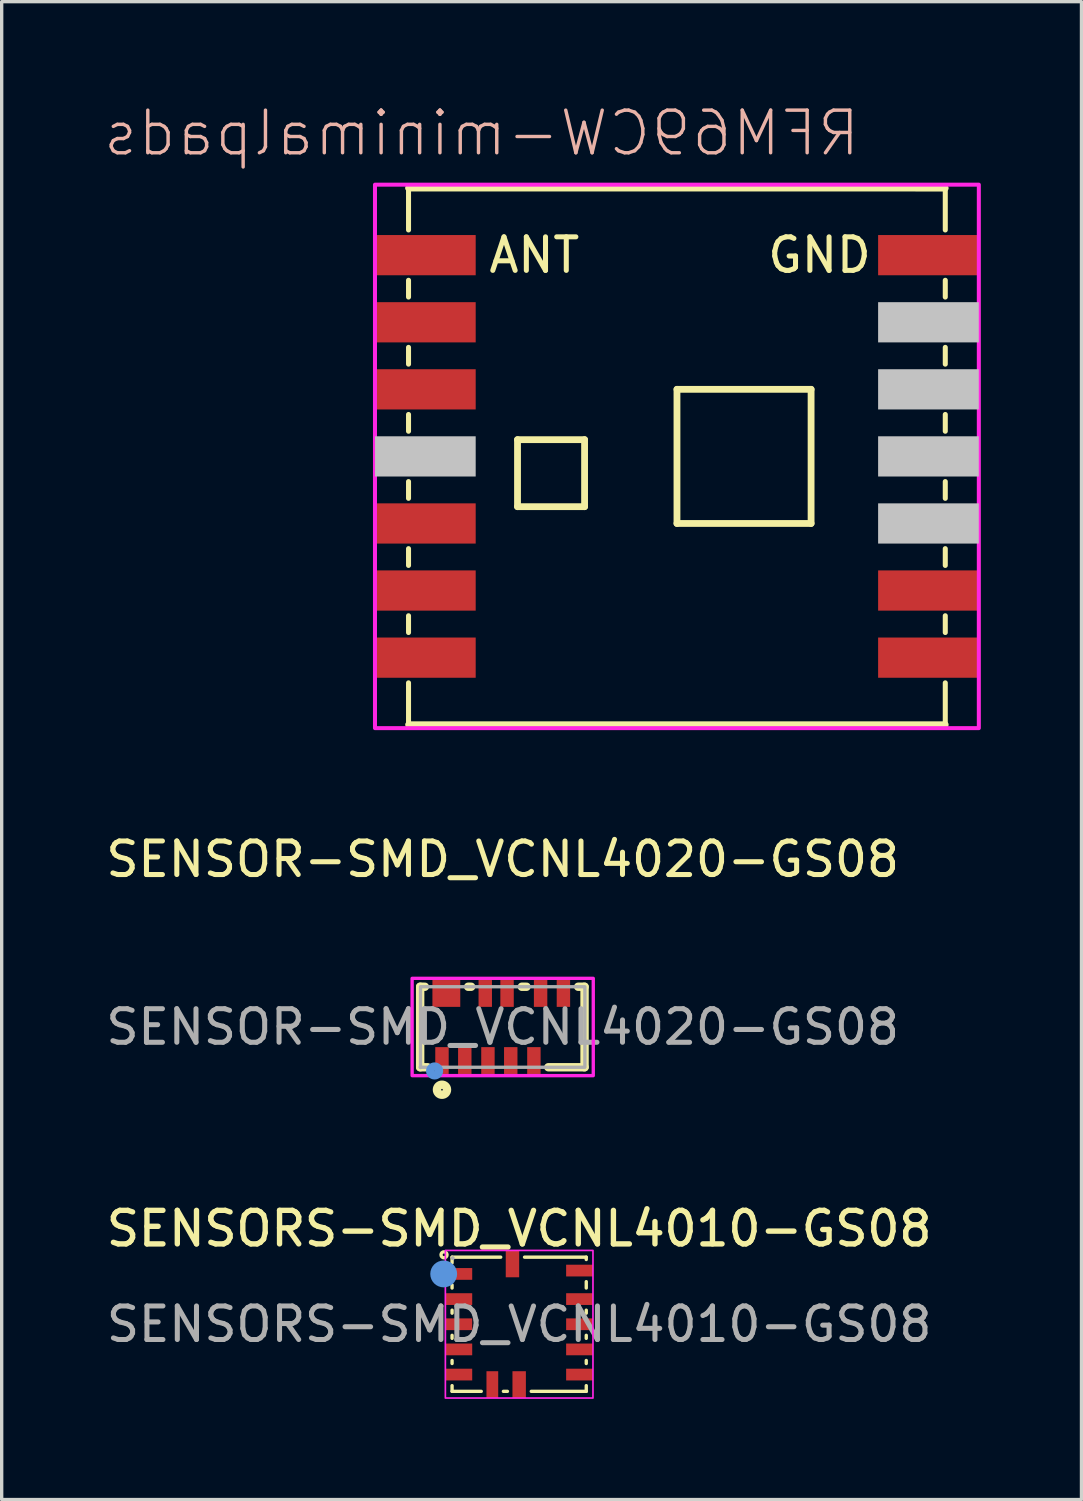
<source format=kicad_pcb>
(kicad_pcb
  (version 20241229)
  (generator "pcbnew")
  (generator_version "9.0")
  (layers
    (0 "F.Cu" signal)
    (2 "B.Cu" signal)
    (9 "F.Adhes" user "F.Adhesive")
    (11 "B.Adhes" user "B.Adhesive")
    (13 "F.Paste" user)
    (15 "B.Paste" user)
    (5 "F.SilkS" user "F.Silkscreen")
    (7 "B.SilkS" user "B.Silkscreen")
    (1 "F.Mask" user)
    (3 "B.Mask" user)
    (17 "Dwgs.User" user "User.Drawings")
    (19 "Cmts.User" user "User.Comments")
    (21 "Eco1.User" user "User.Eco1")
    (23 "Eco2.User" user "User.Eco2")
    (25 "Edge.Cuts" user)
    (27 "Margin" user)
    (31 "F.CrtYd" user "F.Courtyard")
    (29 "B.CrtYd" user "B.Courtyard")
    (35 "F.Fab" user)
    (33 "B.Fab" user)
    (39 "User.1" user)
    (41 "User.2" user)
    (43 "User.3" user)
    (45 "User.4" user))
  (footprint "SENSOR-SMD_VCNL4020-GS08"
    (layer "F.Cu")
    (at 11.935 27.564)
    (property "Reference" "SENSOR-SMD_VCNL4020-GS08" (at 0 -5 0) (layer "F.SilkS") (effects (font (size 1 1) (thickness 0.15))))
    (attr smd)
    (fp_line (start -2.46 -1.2) (end -2.46 1.2) (stroke (width 0.25) (type solid)) (layer "F.SilkS"))
    (fp_line (start -2.46 -1.2) (end -2.32 -1.2) (stroke (width 0.25) (type solid)) (layer "F.SilkS"))
    (fp_line (start -2.46 1.2) (end -2.24 1.2) (stroke (width 0.25) (type solid)) (layer "F.SilkS"))
    (fp_line (start -1.03 -1.2) (end -0.94 -1.2) (stroke (width 0.25) (type solid)) (layer "F.SilkS"))
    (fp_line (start 0.57 -1.2) (end 0.71 -1.2) (stroke (width 0.25) (type solid)) (layer "F.SilkS"))
    (fp_line (start 1.36 1.2) (end 2.44 1.2) (stroke (width 0.25) (type solid)) (layer "F.SilkS"))
    (fp_line (start 2.25 -1.2) (end 2.44 -1.2) (stroke (width 0.25) (type solid)) (layer "F.SilkS"))
    (fp_line (start 2.44 -1.2) (end 2.44 1.2) (stroke (width 0.25) (type solid)) (layer "F.SilkS"))
    (fp_circle (center -1.81 1.87) (end -1.66 1.87) (stroke (width 0.25) (type solid)) (fill no) (layer "F.SilkS"))
    (fp_circle (center -2.03 1.31) (end -1.9 1.31) (stroke (width 0.25) (type solid)) (fill no) (layer "Cmts.User"))
    (fp_rect (start -2.7 -1.45) (end 2.7 1.45) (stroke (width 0.1) (type default)) (fill no) (layer "F.CrtYd"))
    (fp_rect (start -2.45 -1.2) (end 2.45 1.2) (stroke (width 0.1) (type default)) (fill no) (layer "F.Fab"))
    (fp_circle (center -2.45 1.2) (end -2.42 1.2) (stroke (width 0.06) (type solid)) (fill no) (layer "F.Fab"))
    (fp_text user "${REFERENCE}" (at 0 0 0) (layer "F.Fab") (effects (font (size 1 1) (thickness 0.15))))
    (pad "1" smd rect (at -1.81 1) (size 0.4 0.8) (layers "F.Cu" "F.Mask" "F.Paste"))
    (pad "2" smd rect (at -1.13 1) (size 0.4 0.8) (layers "F.Cu" "F.Mask" "F.Paste"))
    (pad "3" smd rect (at -0.44 1) (size 0.4 0.8) (layers "F.Cu" "F.Mask" "F.Paste"))
    (pad "4" smd rect (at 0.24 1) (size 0.4 0.8) (layers "F.Cu" "F.Mask" "F.Paste"))
    (pad "5" smd rect (at 0.93 1) (size 0.4 0.8) (layers "F.Cu" "F.Mask" "F.Paste"))
    (pad "6" smd rect (at 1.81 -1) (size 0.4 0.8) (layers "F.Cu" "F.Mask" "F.Paste"))
    (pad "7" smd rect (at 1.13 -1) (size 0.4 0.8) (layers "F.Cu" "F.Mask" "F.Paste"))
    (pad "8" smd rect (at 0.13 -1) (size 0.4 0.8) (layers "F.Cu" "F.Mask" "F.Paste"))
    (pad "9" smd rect (at -0.52 -1) (size 0.4 0.8) (layers "F.Cu" "F.Mask" "F.Paste"))
    (pad "10" smd rect (at -1.68 -1) (size 0.83 0.8) (layers "F.Cu" "F.Mask" "F.Paste")))
  (footprint "RFM69CW-minimalpads"
    (placed yes)
    (layer "F.Cu")
    (at 17.128 10.555)
    (property "Reference" "RFM69CW-minimalpads" (at -5.824 -9.634 0) (layer "B.SilkS") (effects (font (size 1.27 1.27) (thickness 0.102)) (justify mirror)))
    (attr smd)
    (fp_line (start -8 -8) (end 7.998 -7.998) (stroke (width 0.203) (type solid)) (layer "F.SilkS"))
    (fp_line (start -8 -6.75) (end -8 -8) (stroke (width 0.15) (type solid)) (layer "F.SilkS"))
    (fp_line (start -8 -4.75) (end -8 -5.25) (stroke (width 0.15) (type solid)) (layer "F.SilkS"))
    (fp_line (start -8 -2.75) (end -8 -3.25) (stroke (width 0.15) (type solid)) (layer "F.SilkS"))
    (fp_line (start -8 -0.75) (end -8 -1.25) (stroke (width 0.15) (type solid)) (layer "F.SilkS"))
    (fp_line (start -8 1.25) (end -8 0.75) (stroke (width 0.15) (type solid)) (layer "F.SilkS"))
    (fp_line (start -8 3.25) (end -8 2.75) (stroke (width 0.15) (type solid)) (layer "F.SilkS"))
    (fp_line (start -8 5.25) (end -8 4.75) (stroke (width 0.15) (type solid)) (layer "F.SilkS"))
    (fp_line (start -8 8) (end -8 6.75) (stroke (width 0.15) (type solid)) (layer "F.SilkS"))
    (fp_line (start -4.751 1.498) (end -4.751 -0.499) (stroke (width 0.203) (type solid)) (layer "F.SilkS"))
    (fp_line (start -2.752 -0.499) (end -4.751 -0.499) (stroke (width 0.203) (type solid)) (layer "F.SilkS"))
    (fp_line (start -2.752 1.498) (end -4.751 1.498) (stroke (width 0.203) (type solid)) (layer "F.SilkS"))
    (fp_line (start -2.752 1.498) (end -2.752 -0.499) (stroke (width 0.203) (type solid)) (layer "F.SilkS"))
    (fp_line (start 0.002 -1.999) (end 0.002 1.999) (stroke (width 0.203) (type solid)) (layer "F.SilkS"))
    (fp_line (start 0.002 1.999) (end 4 1.999) (stroke (width 0.203) (type solid)) (layer "F.SilkS"))
    (fp_line (start 4 -1.999) (end 0.002 -1.999) (stroke (width 0.203) (type solid)) (layer "F.SilkS"))
    (fp_line (start 4 1.999) (end 4 -1.999) (stroke (width 0.203) (type solid)) (layer "F.SilkS"))
    (fp_line (start 7.998 7.998) (end -7.998 7.998) (stroke (width 0.203) (type solid)) (layer "F.SilkS"))
    (fp_line (start 8 -8) (end 8 -6.75) (stroke (width 0.15) (type solid)) (layer "F.SilkS"))
    (fp_line (start 8 -5.25) (end 8 -4.75) (stroke (width 0.15) (type solid)) (layer "F.SilkS"))
    (fp_line (start 8 -3.25) (end 8 -2.75) (stroke (width 0.15) (type solid)) (layer "F.SilkS"))
    (fp_line (start 8 -1.25) (end 8 -0.75) (stroke (width 0.15) (type solid)) (layer "F.SilkS"))
    (fp_line (start 8 0.75) (end 8 1.25) (stroke (width 0.15) (type solid)) (layer "F.SilkS"))
    (fp_line (start 8 2.75) (end 8 3.25) (stroke (width 0.15) (type solid)) (layer "F.SilkS"))
    (fp_line (start 8 4.75) (end 8 5.25) (stroke (width 0.15) (type solid)) (layer "F.SilkS"))
    (fp_line (start 8 6.75) (end 8 8) (stroke (width 0.15) (type solid)) (layer "F.SilkS"))
    (fp_rect (start -9 -8.1) (end 9 8.1) (stroke (width 0.12) (type default)) (fill no) (layer "F.CrtYd"))
    (fp_text user "ANT" (at -4.25 -6 0) (layer "F.SilkS") (effects (font (size 1 1) (thickness 0.15))))
    (fp_text user "GND" (at 4.25 -6 0) (layer "F.SilkS") (effects (font (size 1 1) (thickness 0.15))))
    (pad "" smd rect (at -7.498 0) (size 3 1.199) (layers "Dwgs.User"))
    (pad "" smd rect (at 7.498 -3.998) (size 3 1.199) (layers "Dwgs.User"))
    (pad "" smd rect (at 7.498 -1.999) (size 3 1.199) (layers "Dwgs.User"))
    (pad "" smd rect (at 7.498 0) (size 3 1.199) (layers "Dwgs.User"))
    (pad "" smd rect (at 7.498 1.999) (size 3 1.199) (layers "Dwgs.User"))
    (pad "1" smd rect (at -7.498 -5.999) (size 3 1.199) (layers "F.Cu" "F.Mask" "F.Paste"))
    (pad "2" smd rect (at -7.498 -3.998) (size 3 1.199) (layers "F.Cu" "F.Mask" "F.Paste"))
    (pad "3" smd rect (at -7.498 -1.999) (size 3 1.199) (layers "F.Cu" "F.Mask" "F.Paste"))
    (pad "5" smd rect (at -7.498 1.999) (size 3 1.199) (layers "F.Cu" "F.Mask" "F.Paste"))
    (pad "6" smd rect (at -7.498 3.998) (size 3 1.199) (layers "F.Cu" "F.Mask" "F.Paste"))
    (pad "7" smd rect (at -7.498 5.999) (size 3 1.199) (layers "F.Cu" "F.Mask" "F.Paste"))
    (pad "8" smd rect (at 7.498 5.999) (size 3 1.199) (layers "F.Cu" "F.Mask" "F.Paste"))
    (pad "9" smd rect (at 7.498 3.998) (size 3 1.199) (layers "F.Cu" "F.Mask" "F.Paste"))
    (pad "14" smd rect (at 7.498 -5.999) (size 3 1.199) (layers "F.Cu" "F.Mask" "F.Paste")))
  (footprint "SENSORS-SMD_VCNL4010-GS08"
    (layer "F.Cu")
    (at 12.426 36.425)
    (property "Reference" "SENSORS-SMD_VCNL4010-GS08" (at 0 -2.85 0) (layer "F.SilkS") (effects (font (size 1 1) (thickness 0.16))))
    (attr smd)
    (fp_line (start -2 -2) (end -0.55 -2) (stroke (width 0.1) (type solid)) (layer "F.SilkS"))
    (fp_line (start -2 -1.83) (end -2 -2) (stroke (width 0.1) (type solid)) (layer "F.SilkS"))
    (fp_line (start -2 -1.08) (end -2 -1.17) (stroke (width 0.1) (type solid)) (layer "F.SilkS"))
    (fp_line (start -2 -0.33) (end -2 -0.42) (stroke (width 0.1) (type solid)) (layer "F.SilkS"))
    (fp_line (start -2 0.42) (end -2 0.33) (stroke (width 0.1) (type solid)) (layer "F.SilkS"))
    (fp_line (start -2 1.17) (end -2 1.08) (stroke (width 0.1) (type solid)) (layer "F.SilkS"))
    (fp_line (start -2 2) (end -2 1.83) (stroke (width 0.1) (type solid)) (layer "F.SilkS"))
    (fp_line (start -1.13 2) (end -2 2) (stroke (width 0.1) (type solid)) (layer "F.SilkS"))
    (fp_line (start -0.35 2) (end -0.47 2) (stroke (width 0.1) (type solid)) (layer "F.SilkS"))
    (fp_line (start 0.16 -2) (end 2 -2) (stroke (width 0.1) (type solid)) (layer "F.SilkS"))
    (fp_line (start 2 -2) (end 2 -1.93) (stroke (width 0.1) (type solid)) (layer "F.SilkS"))
    (fp_line (start 2 -1.27) (end 2 -1.08) (stroke (width 0.1) (type solid)) (layer "F.SilkS"))
    (fp_line (start 2 -0.42) (end 2 -0.33) (stroke (width 0.1) (type solid)) (layer "F.SilkS"))
    (fp_line (start 2 0.33) (end 2 0.42) (stroke (width 0.1) (type solid)) (layer "F.SilkS"))
    (fp_line (start 2 1.08) (end 2 1.17) (stroke (width 0.1) (type solid)) (layer "F.SilkS"))
    (fp_line (start 2 1.83) (end 2 2) (stroke (width 0.1) (type solid)) (layer "F.SilkS"))
    (fp_line (start 2 2) (end 0.36 2) (stroke (width 0.1) (type solid)) (layer "F.SilkS"))
    (fp_circle (center -2.24 -2.07) (end -2.15 -2.07) (stroke (width 0.1) (type solid)) (fill no) (layer "F.SilkS"))
    (fp_circle (center -2.25 -1.5) (end -2.05 -1.5) (stroke (width 0.4) (type solid)) (fill no) (layer "Cmts.User"))
    (fp_rect (start -2.2 -2.2) (end 2.2 2.2) (stroke (width 0.05) (type default)) (fill no) (layer "F.CrtYd"))
    (fp_circle (center -1.98 -1.97) (end -1.95 -1.97) (stroke (width 0.06) (type solid)) (fill no) (layer "F.Fab"))
    (fp_text user "${REFERENCE}" (at 0 0 0) (layer "F.Fab") (effects (font (size 1 1) (thickness 0.15))))
    (pad "1" smd rect (at -1.8 -1.5 180) (size 0.8 0.35) (layers "F.Cu" "F.Mask" "F.Paste"))
    (pad "2" smd rect (at -1.8 -0.75 180) (size 0.8 0.35) (layers "F.Cu" "F.Mask" "F.Paste"))
    (pad "3" smd rect (at -1.8 0 180) (size 0.8 0.35) (layers "F.Cu" "F.Mask" "F.Paste"))
    (pad "4" smd rect (at -1.8 0.75) (size 0.8 0.35) (layers "F.Cu" "F.Mask" "F.Paste"))
    (pad "5" smd rect (at -1.8 1.5) (size 0.8 0.35) (layers "F.Cu" "F.Mask" "F.Paste"))
    (pad "6" smd rect (at -0.8 1.8 90) (size 0.8 0.35) (layers "F.Cu" "F.Mask" "F.Paste"))
    (pad "7" smd rect (at 1.8 1.5 180) (size 0.8 0.35) (layers "F.Cu" "F.Mask" "F.Paste"))
    (pad "8" smd rect (at 1.8 0.75 180) (size 0.8 0.35) (layers "F.Cu" "F.Mask" "F.Paste"))
    (pad "9" smd rect (at 1.8 0 180) (size 0.8 0.35) (layers "F.Cu" "F.Mask" "F.Paste"))
    (pad "10" smd rect (at 1.8 -0.75 180) (size 0.8 0.35) (layers "F.Cu" "F.Mask" "F.Paste"))
    (pad "11" smd rect (at 1.8 -1.6 180) (size 0.8 0.35) (layers "F.Cu" "F.Mask" "F.Paste"))
    (pad "12" smd rect (at -0.2 -1.8 270) (size 0.8 0.4) (layers "F.Cu" "F.Mask" "F.Paste"))
    (pad "13" smd rect (at 0 1.8 90) (size 0.8 0.4) (layers "F.Cu" "F.Mask" "F.Paste")))
  (gr_rect
    (start -3 -3)
    (end 29.188 41.65)
    (stroke (width 0.1) (type default))
    (fill no)
    (layer "Edge.Cuts")))
</source>
